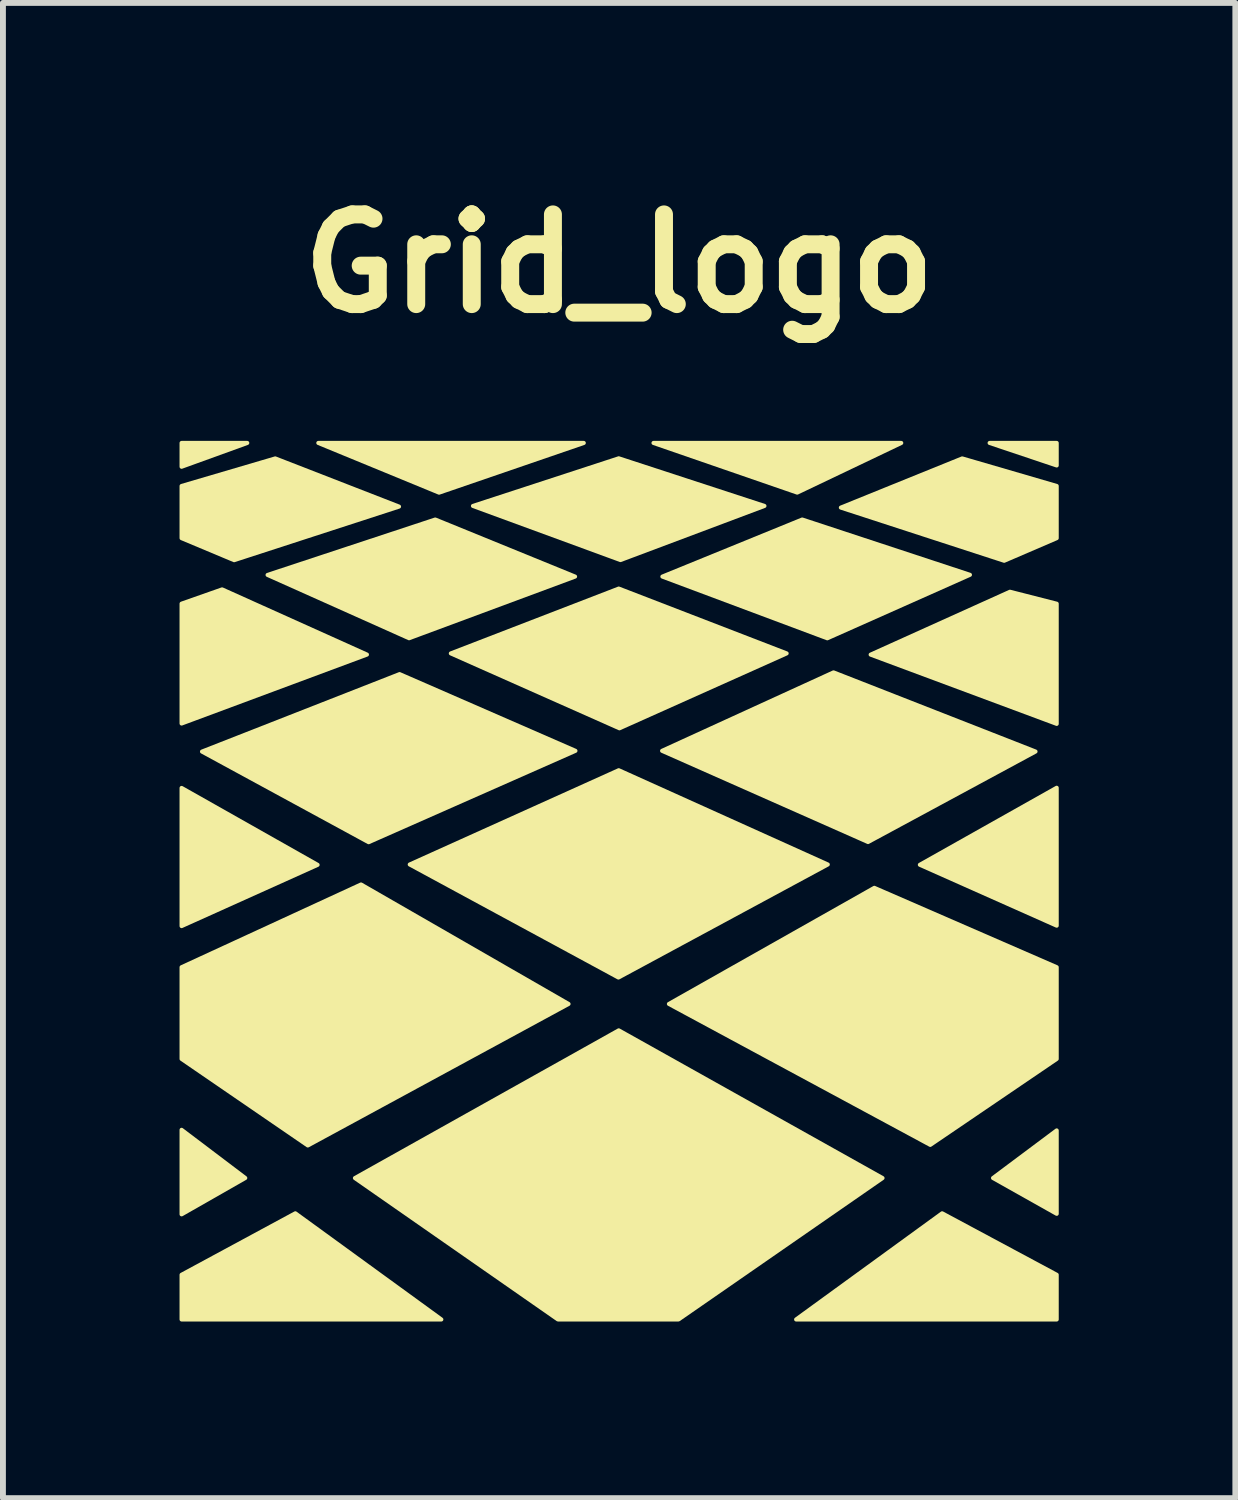
<source format=kicad_pcb>
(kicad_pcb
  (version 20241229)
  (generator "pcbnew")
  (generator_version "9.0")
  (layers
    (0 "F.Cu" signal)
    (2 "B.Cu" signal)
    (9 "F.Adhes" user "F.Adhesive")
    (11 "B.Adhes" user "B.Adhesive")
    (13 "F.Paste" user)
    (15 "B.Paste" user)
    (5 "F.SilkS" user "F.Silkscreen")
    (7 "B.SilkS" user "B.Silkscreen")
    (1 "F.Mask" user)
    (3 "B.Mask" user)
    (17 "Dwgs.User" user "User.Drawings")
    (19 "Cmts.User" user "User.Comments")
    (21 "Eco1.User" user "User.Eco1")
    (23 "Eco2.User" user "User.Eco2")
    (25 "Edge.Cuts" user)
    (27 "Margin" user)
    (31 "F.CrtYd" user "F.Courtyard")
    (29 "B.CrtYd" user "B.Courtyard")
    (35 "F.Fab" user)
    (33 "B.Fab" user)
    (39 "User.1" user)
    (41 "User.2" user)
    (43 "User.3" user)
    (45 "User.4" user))
  (footprint "Grid_logo"
    (layer "F.Cu")
    (at 7.468 11.92)
    (property "Reference" "Grid_logo" (at 0 -10.493 0) (layer "F.SilkS") (effects (font (size 1.524 1.524) (thickness 0.305))))
    (attr smd)
    (fp_poly (pts (xy -7.433 -7.445) (xy -6.318 -7.445) (xy -7.433 -7.041) (xy -7.433 -7.445)) (stroke (width 0.07) (type solid)) (fill yes) (layer "F.SilkS"))
    (fp_poly (pts (xy -7.433 -1.584) (xy -5.123 -0.278) (xy -7.433 0.762) (xy -7.433 -1.584)) (stroke (width 0.07) (type solid)) (fill yes) (layer "F.SilkS"))
    (fp_poly (pts (xy -7.433 4.224) (xy -6.352 5.042) (xy -7.433 5.659) (xy -7.433 4.224)) (stroke (width 0.07) (type solid)) (fill yes) (layer "F.SilkS"))
    (fp_poly (pts (xy -5.11 -7.445) (xy -0.601 -7.445) (xy -3.059 -6.601) (xy -5.11 -7.445)) (stroke (width 0.07) (type solid)) (fill yes) (layer "F.SilkS"))
    (fp_poly (pts (xy 0.584 -7.445) (xy 4.792 -7.445) (xy 3.025 -6.602) (xy 0.584 -7.445)) (stroke (width 0.07) (type solid)) (fill yes) (layer "F.SilkS"))
    (fp_poly (pts (xy 5.109 -0.279) (xy 7.433 -1.587) (xy 7.433 0.755) (xy 5.109 -0.279)) (stroke (width 0.07) (type solid)) (fill yes) (layer "F.SilkS"))
    (fp_poly (pts (xy 6.294 -7.445) (xy 7.433 -7.445) (xy 7.433 -7.063) (xy 6.294 -7.445)) (stroke (width 0.07) (type solid)) (fill yes) (layer "F.SilkS"))
    (fp_poly (pts (xy 6.352 5.042) (xy 7.433 4.234) (xy 7.433 5.65) (xy 6.352 5.042)) (stroke (width 0.07) (type solid)) (fill yes) (layer "F.SilkS"))
    (fp_poly (pts (xy -7.433 -4.715) (xy -6.745 -4.957) (xy -4.285 -3.85) (xy -7.433 -2.679) (xy -7.433 -4.715)) (stroke (width 0.07) (type solid)) (fill yes) (layer "F.SilkS"))
    (fp_poly (pts (xy -7.433 6.686) (xy -5.501 5.642) (xy -3.021 7.445) (xy -7.433 7.445) (xy -7.433 6.686)) (stroke (width 0.07) (type solid)) (fill yes) (layer "F.SilkS"))
    (fp_poly (pts (xy -7.086 -2.202) (xy -3.73 -3.518) (xy -0.743 -2.215) (xy -4.256 -0.663) (xy -7.086 -2.202)) (stroke (width 0.07) (type solid)) (fill yes) (layer "F.SilkS"))
    (fp_poly (pts (xy -5.972 -5.203) (xy -3.124 -6.144) (xy -0.749 -5.175) (xy -3.569 -4.128) (xy -5.972 -5.203)) (stroke (width 0.07) (type solid)) (fill yes) (layer "F.SilkS"))
    (fp_poly (pts (xy -3.557 -0.284) (xy -0.007 -1.885) (xy 3.544 -0.284) (xy -0.012 1.636) (xy -3.557 -0.284)) (stroke (width 0.07) (type solid)) (fill yes) (layer "F.SilkS"))
    (fp_poly (pts (xy -2.483 -6.375) (xy -0.007 -7.184) (xy 2.468 -6.375) (xy 0.022 -5.456) (xy -2.483 -6.375)) (stroke (width 0.07) (type solid)) (fill yes) (layer "F.SilkS"))
    (fp_poly (pts (xy 0.005 -2.598) (xy -2.859 -3.87) (xy -0.007 -4.971) (xy 2.845 -3.87) (xy 0.005 -2.598)) (stroke (width 0.07) (type solid)) (fill yes) (layer "F.SilkS"))
    (fp_poly (pts (xy 0.73 -2.215) (xy 3.642 -3.547) (xy 7.073 -2.203) (xy 4.228 -0.666) (xy 0.73 -2.215)) (stroke (width 0.07) (type solid)) (fill yes) (layer "F.SilkS"))
    (fp_poly (pts (xy 0.735 -5.175) (xy 3.11 -6.144) (xy 5.959 -5.205) (xy 3.536 -4.127) (xy 0.735 -5.175)) (stroke (width 0.07) (type solid)) (fill yes) (layer "F.SilkS"))
    (fp_poly (pts (xy 3.007 7.445) (xy 5.487 5.642) (xy 7.433 6.686) (xy 7.433 7.445) (xy 3.007 7.445)) (stroke (width 0.07) (type solid)) (fill yes) (layer "F.SilkS"))
    (fp_poly (pts (xy 4.273 -3.849) (xy 6.639 -4.917) (xy 7.433 -4.714) (xy 7.433 -2.673) (xy 4.273 -3.849)) (stroke (width 0.07) (type solid)) (fill yes) (layer "F.SilkS"))
    (fp_poly (pts (xy -7.433 -5.828) (xy -7.433 -6.714) (xy -5.842 -7.182) (xy -3.74 -6.364) (xy -6.541 -5.454) (xy -7.433 -5.828)) (stroke (width 0.07) (type solid)) (fill yes) (layer "F.SilkS"))
    (fp_poly (pts (xy -7.433 3.019) (xy -7.433 1.461) (xy -4.385 0.056) (xy -0.86 2.085) (xy -5.289 4.489) (xy -7.433 3.019)) (stroke (width 0.07) (type solid)) (fill yes) (layer "F.SilkS"))
    (fp_poly (pts (xy -4.488 5.043) (xy -0.007 2.534) (xy 4.474 5.043) (xy 1.008 7.445) (xy -1.04 7.445) (xy -4.488 5.043)) (stroke (width 0.07) (type solid)) (fill yes) (layer "F.SilkS"))
    (fp_poly (pts (xy 0.846 2.085) (xy 4.335 0.113) (xy 7.433 1.461) (xy 7.433 3.019) (xy 5.285 4.479) (xy 0.846 2.085)) (stroke (width 0.07) (type solid)) (fill yes) (layer "F.SilkS"))
    (fp_poly (pts (xy 3.767 -6.347) (xy 5.828 -7.182) (xy 7.433 -6.714) (xy 7.433 -5.828) (xy 6.541 -5.444) (xy 3.767 -6.347)) (stroke (width 0.07) (type solid)) (fill yes) (layer "F.SilkS")))
  (gr_rect
    (start -3 -3)
    (end 17.936 22.4)
    (stroke (width 0.1) (type default))
    (fill no)
    (layer "Edge.Cuts")))
</source>
